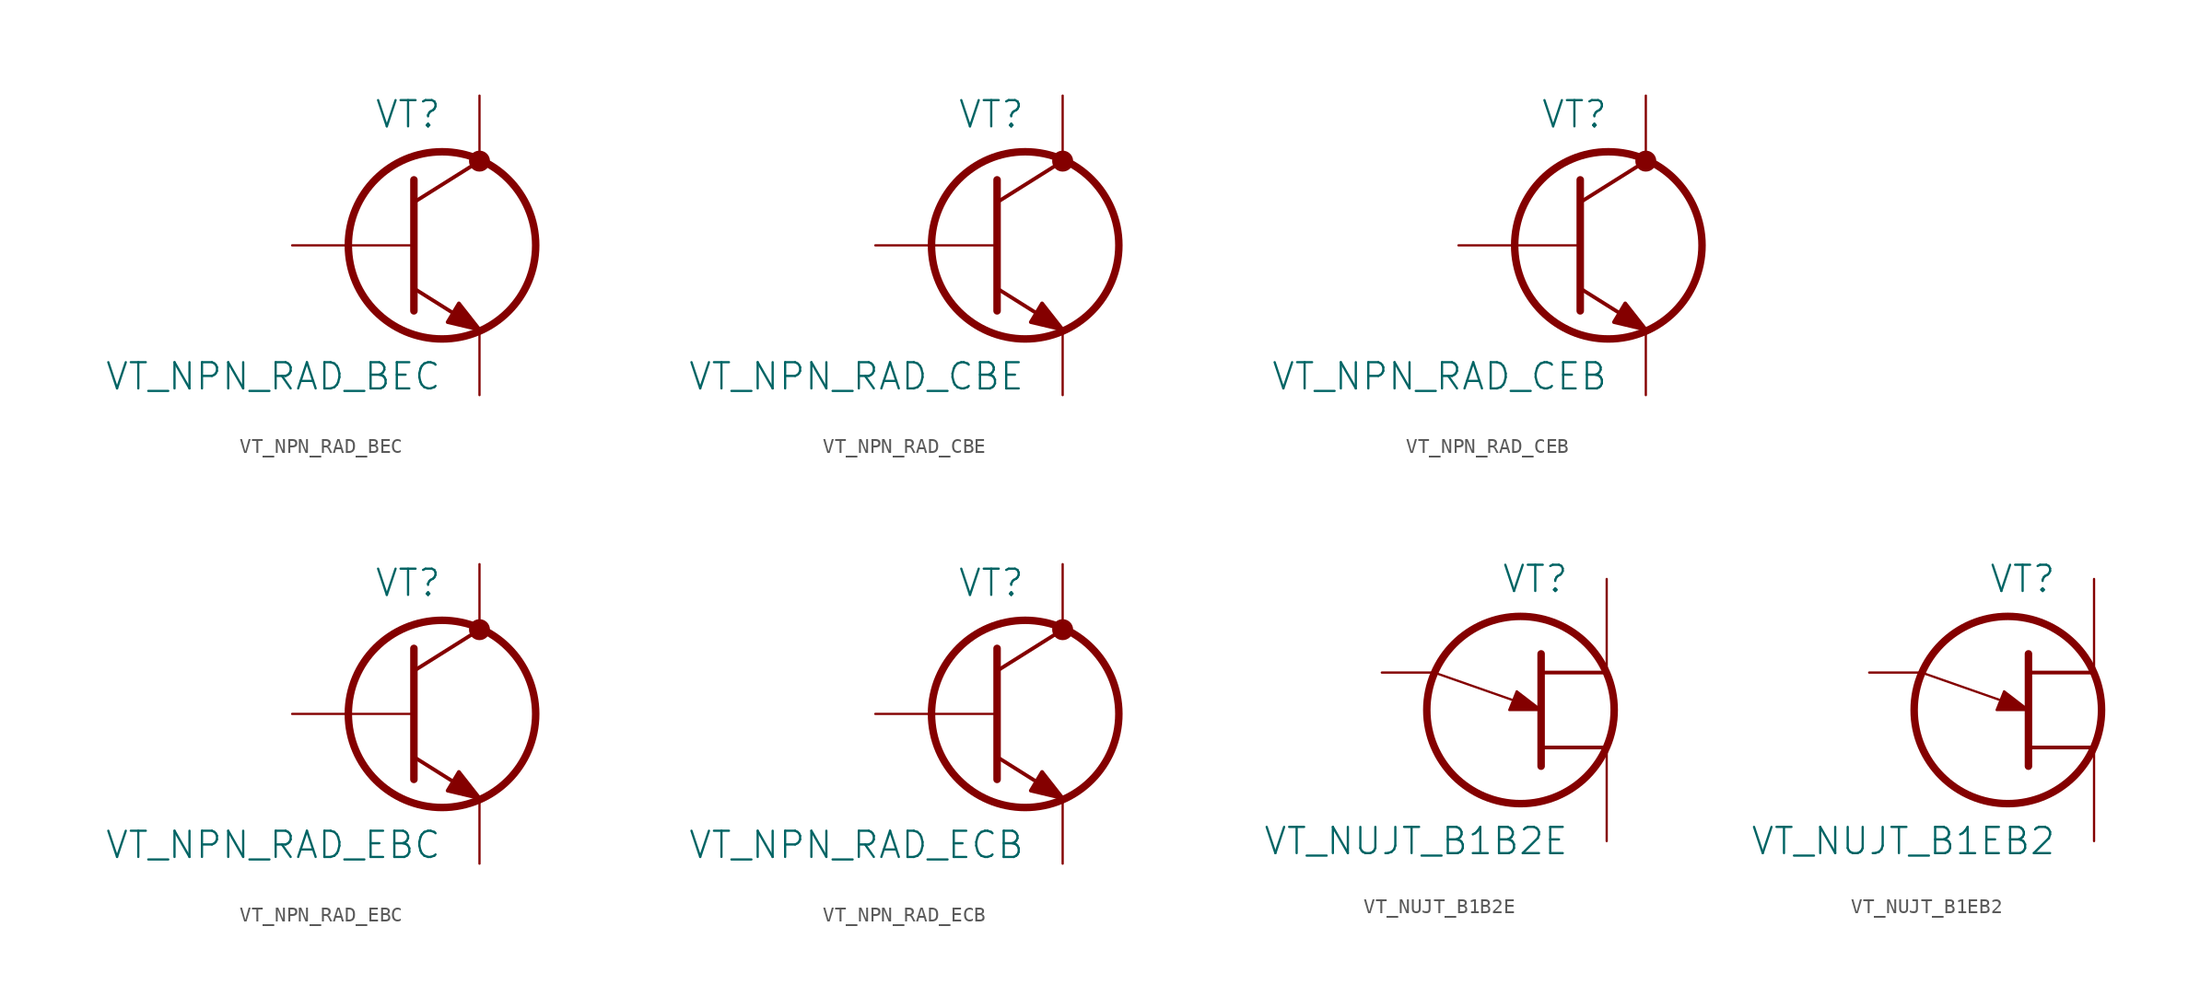
<source format=kicad_sym>
(kicad_symbol_lib
  (version 20211014)
  (generator kicad_symbol_editor)
  (symbol "VT_NPN_RAD_BEC"
    (pin_names
      (offset 0))
    (property "Reference" "VT"
      (at 0 8.89 0)
      (effects (font (size 1.778 1.778)) (justify right)))
    (property "Value" "VT_NPN_RAD_BEC"
      (at 0 -8.89 0)
      (effects (font (size 1.778 1.778)) (justify right)))
    (symbol "VT_NPN_RAD_BEC_0_1"
      (polyline (pts (xy -10.16 0) (xy -1.905 0)) (stroke (width 0) (type default) (color 0 0 0 0)) (fill (type none)))
      (polyline (pts (xy -1.905 -2.921) (xy 2.54 -5.715)) (stroke (width 0.254) (type default) (color 0 0 0 0)) (fill (type none)))
      (polyline (pts (xy -1.905 2.921) (xy 2.54 5.715)) (stroke (width 0.254) (type default) (color 0 0 0 0)) (fill (type none)))
      (polyline (pts (xy -1.905 4.445) (xy -1.905 -4.445)) (stroke (width 0.508) (type default) (color 0 0 0 0)) (fill (type none)))
      (polyline (pts (xy 2.54 -5.715) (xy 2.54 -10.16)) (stroke (width 0) (type default) (color 0 0 0 0)) (fill (type none)))
      (polyline (pts (xy 2.54 5.715) (xy 2.54 10.16)) (stroke (width 0) (type default) (color 0 0 0 0)) (fill (type none)))
      (polyline (pts (xy 2.54 -5.715) (xy 0.381 -5.207) (xy 1.143 -3.937) (xy 2.54 -5.715)) (stroke (width 0.254) (type default) (color 0 0 0 0)) (fill (type outline)))
      (circle (center 0 0) (radius 6.35) (stroke (width 0.508) (type default) (color 0 0 0 0)) (fill (type none)))
      (circle (center 2.54 5.715) (radius 0.635) (stroke (width 0) (type default) (color 0 0 0 0)) (fill (type outline))))
    (symbol "VT_NPN_RAD_BEC_1_1"
      (pin passive line (at -10.16 0 0) (length 2.54) hide (name "B" (effects (font (size 1.27 1.27)))) (number "1" (effects (font (size 1.27 1.27)))))
      (pin passive line (at 2.54 -10.16 90) (length 2.54) hide (name "E" (effects (font (size 1.27 1.27)))) (number "2" (effects (font (size 1.27 1.27)))))
      (pin passive line (at 2.54 10.16 270) (length 2.54) hide (name "C" (effects (font (size 1.27 1.27)))) (number "3" (effects (font (size 1.27 1.27)))))))
  (symbol "VT_NPN_RAD_CBE"
    (pin_names
      (offset 0))
    (property "Reference" "VT"
      (at 0 8.89 0)
      (effects (font (size 1.778 1.778)) (justify right)))
    (property "Value" "VT_NPN_RAD_CBE"
      (at 0 -8.89 0)
      (effects (font (size 1.778 1.778)) (justify right)))
    (symbol "VT_NPN_RAD_CBE_0_1"
      (polyline (pts (xy -10.16 0) (xy -1.905 0)) (stroke (width 0) (type default) (color 0 0 0 0)) (fill (type none)))
      (polyline (pts (xy -1.905 -2.921) (xy 2.54 -5.715)) (stroke (width 0.254) (type default) (color 0 0 0 0)) (fill (type none)))
      (polyline (pts (xy -1.905 2.921) (xy 2.54 5.715)) (stroke (width 0.254) (type default) (color 0 0 0 0)) (fill (type none)))
      (polyline (pts (xy -1.905 4.445) (xy -1.905 -4.445)) (stroke (width 0.508) (type default) (color 0 0 0 0)) (fill (type none)))
      (polyline (pts (xy 2.54 -5.715) (xy 2.54 -10.16)) (stroke (width 0) (type default) (color 0 0 0 0)) (fill (type none)))
      (polyline (pts (xy 2.54 5.715) (xy 2.54 10.16)) (stroke (width 0) (type default) (color 0 0 0 0)) (fill (type none)))
      (polyline (pts (xy 2.54 -5.715) (xy 0.381 -5.207) (xy 1.143 -3.937) (xy 2.54 -5.715)) (stroke (width 0.254) (type default) (color 0 0 0 0)) (fill (type outline)))
      (circle (center 0 0) (radius 6.35) (stroke (width 0.508) (type default) (color 0 0 0 0)) (fill (type none)))
      (circle (center 2.54 5.715) (radius 0.635) (stroke (width 0) (type default) (color 0 0 0 0)) (fill (type outline))))
    (symbol "VT_NPN_RAD_CBE_1_1"
      (pin passive line (at 2.54 10.16 270) (length 2.54) hide (name "C" (effects (font (size 1.27 1.27)))) (number "1" (effects (font (size 1.27 1.27)))))
      (pin passive line (at -10.16 0 0) (length 2.54) hide (name "B" (effects (font (size 1.27 1.27)))) (number "2" (effects (font (size 1.27 1.27)))))
      (pin passive line (at 2.54 -10.16 90) (length 2.54) hide (name "E" (effects (font (size 1.27 1.27)))) (number "3" (effects (font (size 1.27 1.27)))))))
  (symbol "VT_NPN_RAD_CEB"
    (pin_names
      (offset 0))
    (property "Reference" "VT"
      (at 0 8.89 0)
      (effects (font (size 1.778 1.778)) (justify right)))
    (property "Value" "VT_NPN_RAD_CEB"
      (at 0 -8.89 0)
      (effects (font (size 1.778 1.778)) (justify right)))
    (symbol "VT_NPN_RAD_CEB_0_1"
      (polyline (pts (xy -10.16 0) (xy -1.905 0)) (stroke (width 0) (type default) (color 0 0 0 0)) (fill (type none)))
      (polyline (pts (xy -1.905 -2.921) (xy 2.54 -5.715)) (stroke (width 0.254) (type default) (color 0 0 0 0)) (fill (type none)))
      (polyline (pts (xy -1.905 2.921) (xy 2.54 5.715)) (stroke (width 0.254) (type default) (color 0 0 0 0)) (fill (type none)))
      (polyline (pts (xy -1.905 4.445) (xy -1.905 -4.445)) (stroke (width 0.508) (type default) (color 0 0 0 0)) (fill (type none)))
      (polyline (pts (xy 2.54 -5.715) (xy 2.54 -10.16)) (stroke (width 0) (type default) (color 0 0 0 0)) (fill (type none)))
      (polyline (pts (xy 2.54 5.715) (xy 2.54 10.16)) (stroke (width 0) (type default) (color 0 0 0 0)) (fill (type none)))
      (polyline (pts (xy 2.54 -5.715) (xy 0.381 -5.207) (xy 1.143 -3.937) (xy 2.54 -5.715)) (stroke (width 0.254) (type default) (color 0 0 0 0)) (fill (type outline)))
      (circle (center 0 0) (radius 6.35) (stroke (width 0.508) (type default) (color 0 0 0 0)) (fill (type none)))
      (circle (center 2.54 5.715) (radius 0.635) (stroke (width 0) (type default) (color 0 0 0 0)) (fill (type outline))))
    (symbol "VT_NPN_RAD_CEB_1_1"
      (pin passive line (at 2.54 10.16 270) (length 2.54) hide (name "C" (effects (font (size 1.27 1.27)))) (number "1" (effects (font (size 1.27 1.27)))))
      (pin passive line (at 2.54 -10.16 90) (length 2.54) hide (name "E" (effects (font (size 1.27 1.27)))) (number "2" (effects (font (size 1.27 1.27)))))
      (pin passive line (at -10.16 0 0) (length 2.54) hide (name "B" (effects (font (size 1.27 1.27)))) (number "3" (effects (font (size 1.27 1.27)))))))
  (symbol "VT_NPN_RAD_EBC"
    (pin_names
      (offset 0))
    (property "Reference" "VT"
      (at 0 8.89 0)
      (effects (font (size 1.778 1.778)) (justify right)))
    (property "Value" "VT_NPN_RAD_EBC"
      (at 0 -8.89 0)
      (effects (font (size 1.778 1.778)) (justify right)))
    (symbol "VT_NPN_RAD_EBC_0_1"
      (polyline (pts (xy -10.16 0) (xy -1.905 0)) (stroke (width 0) (type default) (color 0 0 0 0)) (fill (type none)))
      (polyline (pts (xy -1.905 -2.921) (xy 2.54 -5.715)) (stroke (width 0.254) (type default) (color 0 0 0 0)) (fill (type none)))
      (polyline (pts (xy -1.905 2.921) (xy 2.54 5.715)) (stroke (width 0.254) (type default) (color 0 0 0 0)) (fill (type none)))
      (polyline (pts (xy -1.905 4.445) (xy -1.905 -4.445)) (stroke (width 0.508) (type default) (color 0 0 0 0)) (fill (type none)))
      (polyline (pts (xy 2.54 -5.715) (xy 2.54 -10.16)) (stroke (width 0) (type default) (color 0 0 0 0)) (fill (type none)))
      (polyline (pts (xy 2.54 5.715) (xy 2.54 10.16)) (stroke (width 0) (type default) (color 0 0 0 0)) (fill (type none)))
      (polyline (pts (xy 2.54 -5.715) (xy 0.381 -5.207) (xy 1.143 -3.937) (xy 2.54 -5.715)) (stroke (width 0.254) (type default) (color 0 0 0 0)) (fill (type outline)))
      (circle (center 0 0) (radius 6.35) (stroke (width 0.508) (type default) (color 0 0 0 0)) (fill (type none)))
      (circle (center 2.54 5.715) (radius 0.635) (stroke (width 0) (type default) (color 0 0 0 0)) (fill (type outline))))
    (symbol "VT_NPN_RAD_EBC_1_1"
      (pin passive line (at 2.54 -10.16 90) (length 2.54) hide (name "E" (effects (font (size 1.27 1.27)))) (number "1" (effects (font (size 1.27 1.27)))))
      (pin passive line (at -10.16 0 0) (length 2.54) hide (name "B" (effects (font (size 1.27 1.27)))) (number "2" (effects (font (size 1.27 1.27)))))
      (pin passive line (at 2.54 10.16 270) (length 2.54) hide (name "C" (effects (font (size 1.27 1.27)))) (number "3" (effects (font (size 1.27 1.27)))))))
  (symbol "VT_NPN_RAD_ECB"
    (pin_names
      (offset 0))
    (property "Reference" "VT"
      (at 0 8.89 0)
      (effects (font (size 1.778 1.778)) (justify right)))
    (property "Value" "VT_NPN_RAD_ECB"
      (at 0 -8.89 0)
      (effects (font (size 1.778 1.778)) (justify right)))
    (symbol "VT_NPN_RAD_ECB_0_1"
      (polyline (pts (xy -10.16 0) (xy -1.905 0)) (stroke (width 0) (type default) (color 0 0 0 0)) (fill (type none)))
      (polyline (pts (xy -1.905 -2.921) (xy 2.54 -5.715)) (stroke (width 0.254) (type default) (color 0 0 0 0)) (fill (type none)))
      (polyline (pts (xy -1.905 2.921) (xy 2.54 5.715)) (stroke (width 0.254) (type default) (color 0 0 0 0)) (fill (type none)))
      (polyline (pts (xy -1.905 4.445) (xy -1.905 -4.445)) (stroke (width 0.508) (type default) (color 0 0 0 0)) (fill (type none)))
      (polyline (pts (xy 2.54 -5.715) (xy 2.54 -10.16)) (stroke (width 0) (type default) (color 0 0 0 0)) (fill (type none)))
      (polyline (pts (xy 2.54 5.715) (xy 2.54 10.16)) (stroke (width 0) (type default) (color 0 0 0 0)) (fill (type none)))
      (polyline (pts (xy 2.54 -5.715) (xy 0.381 -5.207) (xy 1.143 -3.937) (xy 2.54 -5.715)) (stroke (width 0.254) (type default) (color 0 0 0 0)) (fill (type outline)))
      (circle (center 0 0) (radius 6.35) (stroke (width 0.508) (type default) (color 0 0 0 0)) (fill (type none)))
      (circle (center 2.54 5.715) (radius 0.635) (stroke (width 0) (type default) (color 0 0 0 0)) (fill (type outline))))
    (symbol "VT_NPN_RAD_ECB_1_1"
      (pin passive line (at 2.54 -10.16 90) (length 2.54) hide (name "E" (effects (font (size 1.27 1.27)))) (number "1" (effects (font (size 1.27 1.27)))))
      (pin passive line (at 2.54 10.16 270) (length 2.54) hide (name "C" (effects (font (size 1.27 1.27)))) (number "2" (effects (font (size 1.27 1.27)))))
      (pin passive line (at -10.16 0 0) (length 2.54) hide (name "B" (effects (font (size 1.27 1.27)))) (number "3" (effects (font (size 1.27 1.27)))))))
  (symbol "VT_NUJT_B1B2E"
    (pin_names
      (offset 0))
    (property "Reference" "VT"
      (at 2.54 8.89 0)
      (effects (font (size 1.778 1.778)) (justify right)))
    (property "Value" "VT_NUJT_B1B2E"
      (at 2.54 -8.89 0)
      (effects (font (size 1.778 1.778)) (justify right)))
    (symbol "VT_NUJT_B1B2E_0_1"
      (circle (center -0.762 0) (radius 6.35) (stroke (width 0.508) (type default) (color 0 0 0 0)) (fill (type none)))
      (polyline (pts (xy 0.635 -2.54) (xy 5.08 -2.54)) (stroke (width 0.254) (type default) (color 0 0 0 0)) (fill (type none)))
      (polyline (pts (xy 0.635 2.54) (xy 5.08 2.54)) (stroke (width 0.254) (type default) (color 0 0 0 0)) (fill (type none)))
      (polyline (pts (xy 0.635 3.81) (xy 0.635 -3.81)) (stroke (width 0.508) (type default) (color 0 0 0 0)) (fill (type none)))
      (polyline (pts (xy 5.08 -2.54) (xy 5.08 -8.89)) (stroke (width 0) (type default) (color 0 0 0 0)) (fill (type none)))
      (polyline (pts (xy 5.08 2.54) (xy 5.08 8.89)) (stroke (width 0) (type default) (color 0 0 0 0)) (fill (type none)))
      (polyline (pts (xy -10.16 2.54) (xy -6.604 2.54) (xy 0.635 0)) (stroke (width 0) (type default) (color 0 0 0 0)) (fill (type none)))
      (polyline (pts (xy 0.635 0) (xy -1.524 0) (xy -1.016 1.27) (xy 0.635 0)) (stroke (width 0) (type default) (color 0 0 0 0)) (fill (type outline))))
    (symbol "VT_NUJT_B1B2E_1_1"
      (pin passive line (at 5.08 8.89 270) (length 2.54) hide (name "B1" (effects (font (size 1.27 1.27)))) (number "1" (effects (font (size 1.27 1.27)))))
      (pin passive line (at 5.08 -8.89 90) (length 2.54) hide (name "B2" (effects (font (size 1.27 1.27)))) (number "2" (effects (font (size 1.27 1.27)))))
      (pin passive line (at -10.16 2.54 0) (length 2.54) hide (name "E" (effects (font (size 1.27 1.27)))) (number "3" (effects (font (size 1.27 1.27)))))))
  (symbol "VT_NUJT_B1EB2"
    (pin_names
      (offset 0))
    (property "Reference" "VT"
      (at 2.54 8.89 0)
      (effects (font (size 1.778 1.778)) (justify right)))
    (property "Value" "VT_NUJT_B1EB2"
      (at 2.54 -8.89 0)
      (effects (font (size 1.778 1.778)) (justify right)))
    (symbol "VT_NUJT_B1EB2_0_1"
      (circle (center -0.762 0) (radius 6.35) (stroke (width 0.508) (type default) (color 0 0 0 0)) (fill (type none)))
      (polyline (pts (xy 0.635 -2.54) (xy 5.08 -2.54)) (stroke (width 0.254) (type default) (color 0 0 0 0)) (fill (type none)))
      (polyline (pts (xy 0.635 2.54) (xy 5.08 2.54)) (stroke (width 0.254) (type default) (color 0 0 0 0)) (fill (type none)))
      (polyline (pts (xy 0.635 3.81) (xy 0.635 -3.81)) (stroke (width 0.508) (type default) (color 0 0 0 0)) (fill (type none)))
      (polyline (pts (xy 5.08 -2.54) (xy 5.08 -8.89)) (stroke (width 0) (type default) (color 0 0 0 0)) (fill (type none)))
      (polyline (pts (xy 5.08 2.54) (xy 5.08 8.89)) (stroke (width 0) (type default) (color 0 0 0 0)) (fill (type none)))
      (polyline (pts (xy -10.16 2.54) (xy -6.604 2.54) (xy 0.635 0)) (stroke (width 0) (type default) (color 0 0 0 0)) (fill (type none)))
      (polyline (pts (xy 0.635 0) (xy -1.524 0) (xy -1.016 1.27) (xy 0.635 0)) (stroke (width 0) (type default) (color 0 0 0 0)) (fill (type outline))))
    (symbol "VT_NUJT_B1EB2_1_1"
      (pin passive line (at 5.08 8.89 270) (length 2.54) hide (name "B1" (effects (font (size 1.27 1.27)))) (number "1" (effects (font (size 1.27 1.27)))))
      (pin passive line (at -10.16 2.54 0) (length 2.54) hide (name "E" (effects (font (size 1.27 1.27)))) (number "2" (effects (font (size 1.27 1.27)))))
      (pin passive line (at 5.08 -8.89 90) (length 2.54) hide (name "B2" (effects (font (size 1.27 1.27)))) (number "3" (effects (font (size 1.27 1.27))))))))
</source>
